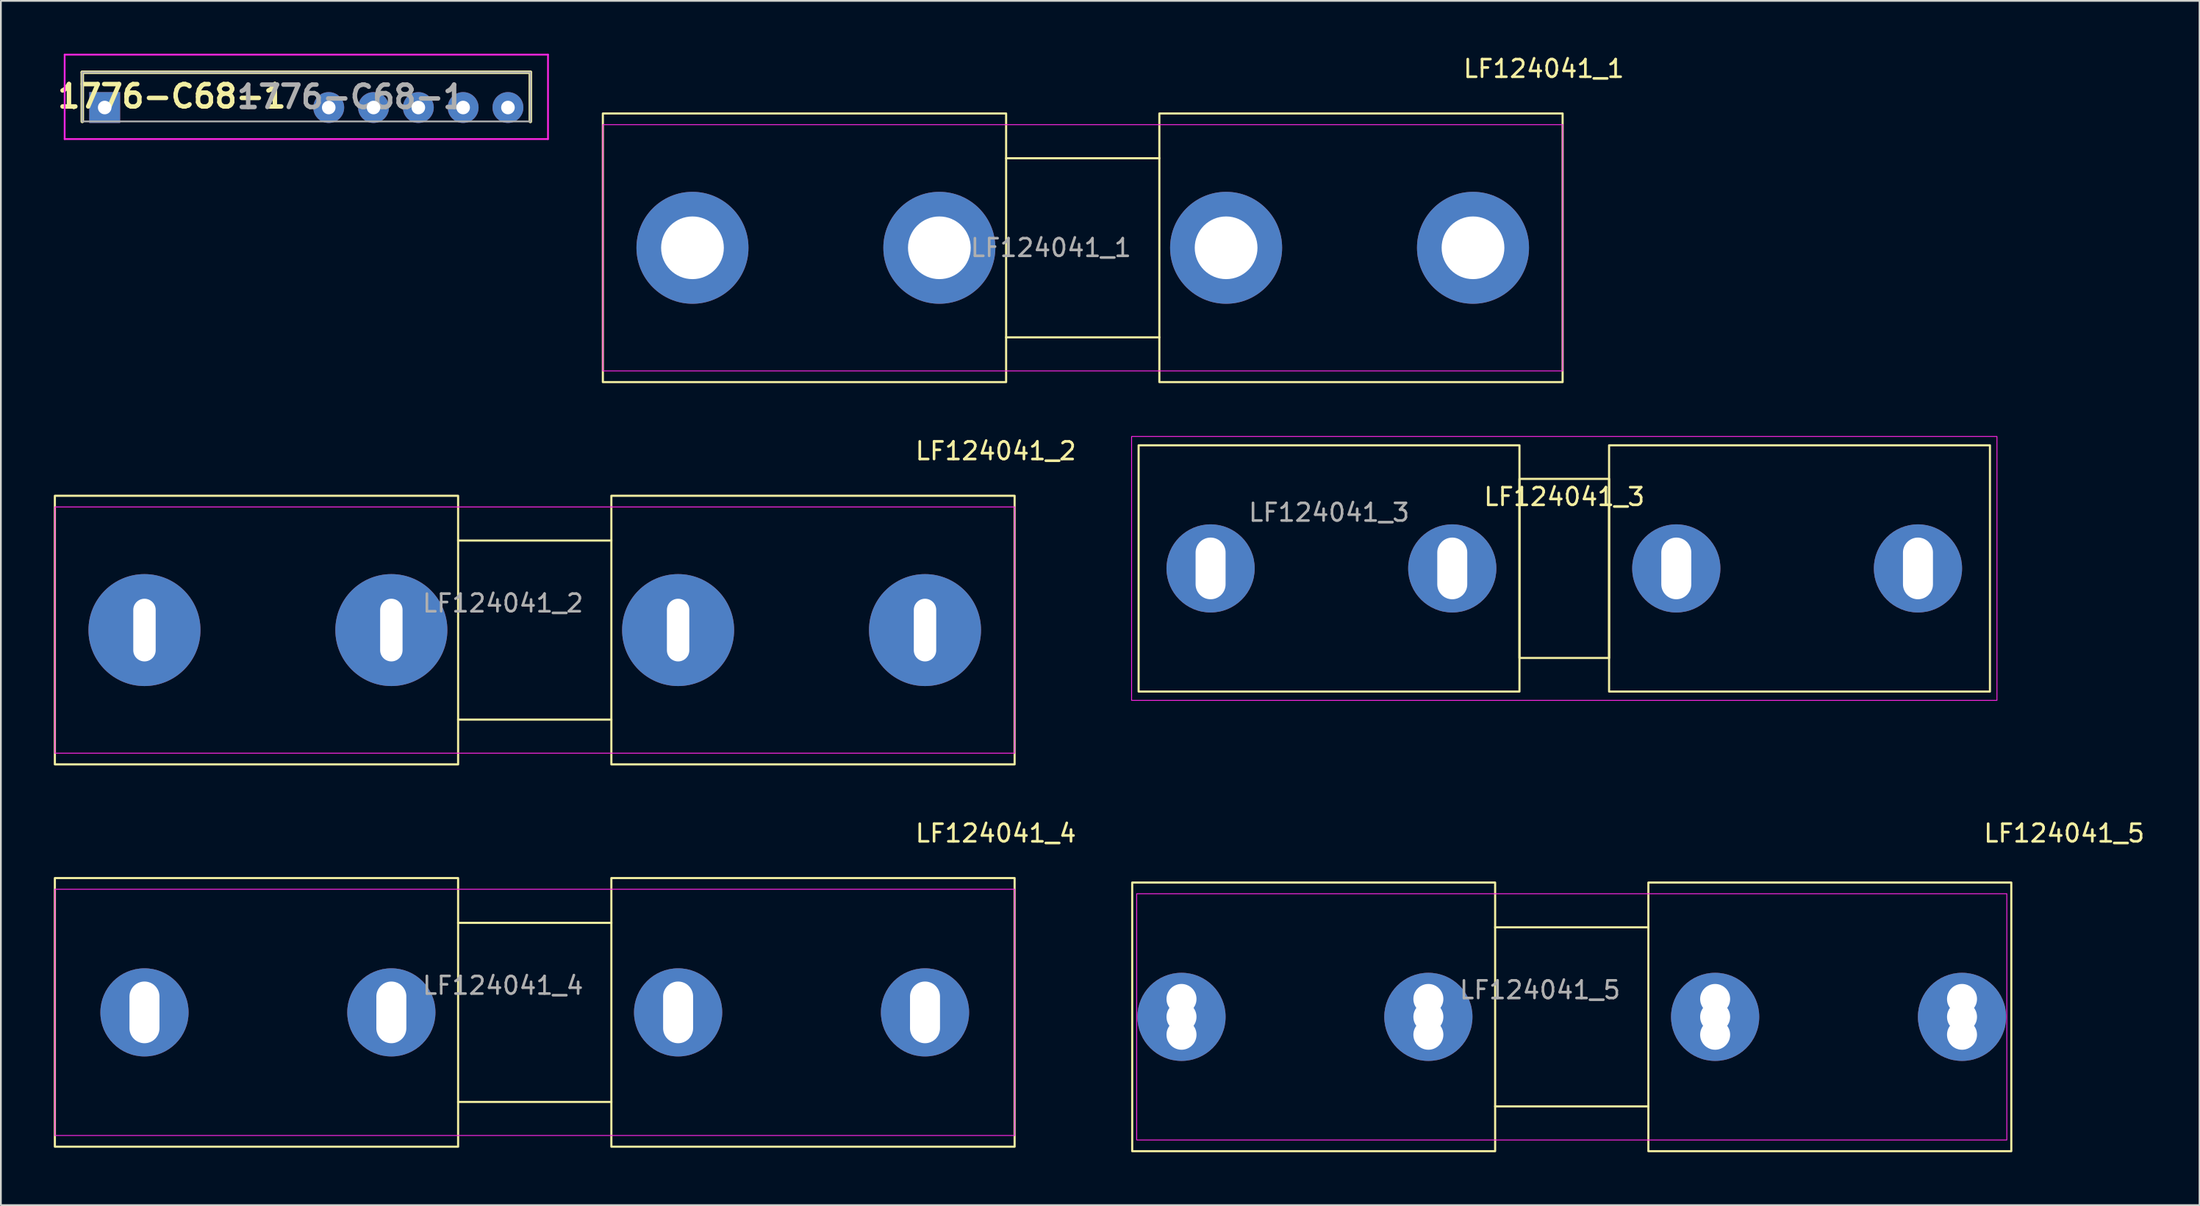
<source format=kicad_pcb>
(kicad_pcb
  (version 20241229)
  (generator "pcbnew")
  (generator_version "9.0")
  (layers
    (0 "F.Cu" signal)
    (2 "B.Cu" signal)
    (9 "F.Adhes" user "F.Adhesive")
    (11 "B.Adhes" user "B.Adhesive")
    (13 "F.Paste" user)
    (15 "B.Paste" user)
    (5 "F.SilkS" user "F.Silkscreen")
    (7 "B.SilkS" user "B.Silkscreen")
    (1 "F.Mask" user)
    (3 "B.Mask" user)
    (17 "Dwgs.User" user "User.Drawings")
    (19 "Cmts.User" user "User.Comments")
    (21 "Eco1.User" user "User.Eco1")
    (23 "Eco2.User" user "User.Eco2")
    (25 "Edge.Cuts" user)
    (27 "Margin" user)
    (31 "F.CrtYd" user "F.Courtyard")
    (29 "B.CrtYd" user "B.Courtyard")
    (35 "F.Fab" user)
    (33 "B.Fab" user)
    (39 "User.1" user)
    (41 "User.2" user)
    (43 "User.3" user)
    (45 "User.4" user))
  (footprint "LF124041_3"
    (layer "F.Cu")
    (at 85.626 29.198)
    (property "Reference" "LF124041_3" (at 0 -4.064 0) (unlocked yes) (layer "F.SilkS") (effects (font (size 1 1) (thickness 0.15))))
    (attr through_hole)
    (fp_rect (start -24.13 -6.985) (end -2.54 6.985) (stroke (width 0.12) (type default)) (fill no) (layer "F.SilkS"))
    (fp_rect (start -2.54 -5.08) (end 2.54 5.08) (stroke (width 0.12) (type default)) (fill no) (layer "F.SilkS"))
    (fp_rect (start 24.13 -6.985) (end 2.54 6.985) (stroke (width 0.12) (type default)) (fill no) (layer "F.SilkS"))
    (fp_rect (start -24.528 -7.485) (end 24.528 7.485) (stroke (width 0.05) (type solid)) (fill no) (layer "F.CrtYd"))
    (fp_text user "${REFERENCE}" (at -13.335 -3.175 0) (unlocked yes) (layer "F.Fab") (effects (font (size 1 1) (thickness 0.15))))
    (pad "1" thru_hole circle (at -20.05 0) (size 5 5) (drill oval 1.7 3.5) (layers "*.Cu" "*.Mask"))
    (pad "2" thru_hole circle (at -6.35 0) (size 5 5) (drill oval 1.7 3.5) (layers "*.Cu" "*.Mask"))
    (pad "3" thru_hole circle (at 6.35 0) (size 5 5) (drill oval 1.7 3.5) (layers "*.Cu" "*.Mask"))
    (pad "4" thru_hole circle (at 20.05 0) (size 5 5) (drill oval 1.7 3.5) (layers "*.Cu" "*.Mask")))
  (footprint "LF124041_4"
    (layer "F.Cu")
    (at 25.46 52.861)
    (property "Reference" "LF124041_4" (at 27.94 -8.636 0) (unlocked yes) (layer "F.SilkS") (effects (font (size 1 1) (thickness 0.15))))
    (attr through_hole)
    (fp_line (start -2.54 -3.556) (end 6.147 -3.556) (stroke (width 0.12) (type solid)) (layer "F.SilkS"))
    (fp_line (start -2.54 6.604) (end 6.147 6.604) (stroke (width 0.12) (type solid)) (layer "F.SilkS"))
    (fp_rect (start -25.4 -6.096) (end -2.54 9.144) (stroke (width 0.12) (type solid)) (fill no) (layer "F.SilkS"))
    (fp_rect (start 6.147 -6.096) (end 29.007 9.144) (stroke (width 0.12) (type solid)) (fill no) (layer "F.SilkS"))
    (fp_rect (start -25.4 -5.461) (end 29.007 8.509) (stroke (width 0.05) (type solid)) (fill no) (layer "F.CrtYd"))
    (fp_text user "${REFERENCE}" (at 0 0 0) (unlocked yes) (layer "F.Fab") (effects (font (size 1 1) (thickness 0.15))))
    (pad "1" thru_hole circle (at -20.32 1.524) (size 5 5) (drill oval 1.7 3.5) (layers "*.Cu" "*.Mask"))
    (pad "2" thru_hole circle (at -6.325 1.524) (size 5 5) (drill oval 1.7 3.5) (layers "*.Cu" "*.Mask"))
    (pad "3" thru_hole circle (at 9.931 1.524) (size 5 5) (drill oval 1.7 3.5) (layers "*.Cu" "*.Mask"))
    (pad "4" thru_hole circle (at 23.927 1.524) (size 5 5) (drill oval 1.7 3.5) (layers "*.Cu" "*.Mask")))
  (footprint "LF124041_1"
    (layer "F.Cu")
    (at 56.525 11.008)
    (property "Reference" "LF124041_1" (at 27.94 -10.16 0) (unlocked yes) (layer "F.SilkS") (effects (font (size 1 1) (thickness 0.15))))
    (attr through_hole)
    (fp_line (start -2.54 -5.08) (end 6.147 -5.08) (stroke (width 0.12) (type solid)) (layer "F.SilkS"))
    (fp_line (start -2.54 5.08) (end 6.147 5.08) (stroke (width 0.12) (type solid)) (layer "F.SilkS"))
    (fp_rect (start -25.4 -7.62) (end -2.54 7.62) (stroke (width 0.12) (type solid)) (fill no) (layer "F.SilkS"))
    (fp_rect (start 6.147 -7.62) (end 29.007 7.62) (stroke (width 0.12) (type solid)) (fill no) (layer "F.SilkS"))
    (fp_rect (start -25.4 -6.985) (end 29.007 6.985) (stroke (width 0.05) (type solid)) (fill no) (layer "F.CrtYd"))
    (fp_text user "${REFERENCE}" (at 0 0 0) (unlocked yes) (layer "F.Fab") (effects (font (size 1 1) (thickness 0.15))))
    (pad "1" thru_hole circle (at -20.32 0) (size 6.35 6.35) (drill 3.556) (layers "*.Cu" "*.Mask"))
    (pad "2" thru_hole circle (at -6.325 0) (size 6.35 6.35) (drill 3.556) (layers "*.Cu" "*.Mask"))
    (pad "3" thru_hole circle (at 9.931 0) (size 6.35 6.35) (drill 3.556) (layers "*.Cu" "*.Mask"))
    (pad "4" thru_hole circle (at 23.927 0) (size 6.35 6.35) (drill 3.556) (layers "*.Cu" "*.Mask")))
  (footprint "1776-C68-1"
    (layer "F.Cu")
    (at 2.885 3.05)
    (property "Reference" "1776-C68-1" (at 3.81 -0.635 0) (layer "F.SilkS") (effects (font (size 1.27 1.27) (thickness 0.254))))
    (attr through_hole)
    (fp_line (start -1.8 0) (end -1.8 0) (stroke (width 0.1) (type solid)) (layer "F.SilkS"))
    (fp_line (start -1.7 0) (end -1.7 0) (stroke (width 0.1) (type solid)) (layer "F.SilkS"))
    (fp_line (start -1.27 -2) (end 24.13 -2) (stroke (width 0.2) (type solid)) (layer "F.SilkS"))
    (fp_line (start -1.27 0.79) (end -1.27 -2) (stroke (width 0.2) (type solid)) (layer "F.SilkS"))
    (fp_line (start 24.13 -2) (end 24.13 0.79) (stroke (width 0.2) (type solid)) (layer "F.SilkS"))
    (fp_arc (start -1.8 0) (mid -1.75 -0.05) (end -1.7 0) (stroke (width 0.1) (type solid)) (layer "F.SilkS"))
    (fp_arc (start -1.7 0) (mid -1.75 0.05) (end -1.8 0) (stroke (width 0.1) (type solid)) (layer "F.SilkS"))
    (fp_line (start -2.27 -3) (end 25.13 -3) (stroke (width 0.1) (type solid)) (layer "F.CrtYd"))
    (fp_line (start -2.27 1.79) (end -2.27 -3) (stroke (width 0.1) (type solid)) (layer "F.CrtYd"))
    (fp_line (start 25.13 -3) (end 25.13 1.79) (stroke (width 0.1) (type solid)) (layer "F.CrtYd"))
    (fp_line (start 25.13 1.79) (end -2.27 1.79) (stroke (width 0.1) (type solid)) (layer "F.CrtYd"))
    (fp_line (start -1.27 -2) (end 24.13 -2) (stroke (width 0.1) (type solid)) (layer "F.Fab"))
    (fp_line (start -1.27 0.79) (end -1.27 -2) (stroke (width 0.1) (type solid)) (layer "F.Fab"))
    (fp_line (start 24.13 -2) (end 24.13 0.79) (stroke (width 0.1) (type solid)) (layer "F.Fab"))
    (fp_line (start 24.13 0.79) (end -1.27 0.79) (stroke (width 0.1) (type solid)) (layer "F.Fab"))
    (fp_text user "${REFERENCE}" (at 13.97 -0.605 0) (layer "F.Fab") (effects (font (size 1.27 1.27) (thickness 0.254))))
    (pad "1" thru_hole rect (at 0 0) (size 1.75 1.75) (drill 0.77) (layers "*.Cu" "*.Mask"))
    (pad "2" thru_hole circle (at 12.7 0) (size 1.75 1.75) (drill 0.77) (layers "*.Cu" "*.Mask"))
    (pad "3" thru_hole circle (at 15.24 0) (size 1.75 1.75) (drill 0.77) (layers "*.Cu" "*.Mask"))
    (pad "4" thru_hole circle (at 17.78 0) (size 1.75 1.75) (drill 0.77) (layers "*.Cu" "*.Mask"))
    (pad "5" thru_hole circle (at 20.32 0) (size 1.75 1.75) (drill 0.77) (layers "*.Cu" "*.Mask"))
    (pad "6" thru_hole circle (at 22.86 0) (size 1.75 1.75) (drill 0.77) (layers "*.Cu" "*.Mask")))
  (footprint "LF124041_2"
    (layer "F.Cu")
    (at 25.46 31.172)
    (property "Reference" "LF124041_2" (at 27.94 -8.636 0) (unlocked yes) (layer "F.SilkS") (effects (font (size 1 1) (thickness 0.15))))
    (attr through_hole)
    (fp_line (start -2.54 -3.556) (end 6.147 -3.556) (stroke (width 0.12) (type solid)) (layer "F.SilkS"))
    (fp_line (start -2.54 6.604) (end 6.147 6.604) (stroke (width 0.12) (type solid)) (layer "F.SilkS"))
    (fp_rect (start -25.4 -6.096) (end -2.54 9.144) (stroke (width 0.12) (type solid)) (fill no) (layer "F.SilkS"))
    (fp_rect (start 6.147 -6.096) (end 29.007 9.144) (stroke (width 0.12) (type solid)) (fill no) (layer "F.SilkS"))
    (fp_rect (start -25.4 -5.461) (end 29.007 8.509) (stroke (width 0.05) (type solid)) (fill no) (layer "F.CrtYd"))
    (fp_text user "${REFERENCE}" (at 0 0 0) (unlocked yes) (layer "F.Fab") (effects (font (size 1 1) (thickness 0.15))))
    (pad "1" thru_hole circle (at -20.32 1.524) (size 6.35 6.35) (drill oval 1.27 3.556) (layers "*.Cu" "*.Mask"))
    (pad "2" thru_hole circle (at -6.325 1.524) (size 6.35 6.35) (drill oval 1.27 3.556) (layers "*.Cu" "*.Mask"))
    (pad "3" thru_hole circle (at 9.931 1.524) (size 6.35 6.35) (drill oval 1.27 3.556) (layers "*.Cu" "*.Mask"))
    (pad "4" thru_hole circle (at 23.927 1.524) (size 6.35 6.35) (drill oval 1.27 3.556) (layers "*.Cu" "*.Mask")))
  (footprint "LF124041_5"
    (layer "F.Cu")
    (at 86.05 54.639)
    (property "Reference" "LF124041_5" (at 27.915 -10.414 0) (unlocked yes) (layer "F.SilkS") (effects (font (size 1 1) (thickness 0.15))))
    (attr through_hole)
    (fp_line (start -4.343 -5.08) (end 4.343 -5.08) (stroke (width 0.12) (type solid)) (layer "F.SilkS"))
    (fp_line (start -4.343 5.08) (end 4.343 5.08) (stroke (width 0.12) (type solid)) (layer "F.SilkS"))
    (fp_rect (start -24.917 -7.62) (end -4.343 7.62) (stroke (width 0.12) (type solid)) (fill no) (layer "F.SilkS"))
    (fp_rect (start 4.343 -7.62) (end 24.917 7.62) (stroke (width 0.12) (type solid)) (fill no) (layer "F.SilkS"))
    (fp_rect (start -24.663 -6.985) (end 24.663 6.985) (stroke (width 0.05) (type solid)) (fill no) (layer "F.CrtYd"))
    (fp_text user "${REFERENCE}" (at -1.803 -1.524 0) (unlocked yes) (layer "F.Fab") (effects (font (size 1 1) (thickness 0.15))))
    (pad "1" thru_hole circle (at -22.123 -1.016) (size 1.7 1.7) (drill 1.7) (layers "*.Cu" "*.Mask"))
    (pad "1" thru_hole circle (at -22.123 0) (size 5 5) (drill 1.7) (layers "*.Cu" "*.Mask"))
    (pad "1" thru_hole circle (at -22.123 1.016) (size 1.7 1.7) (drill 1.7) (layers "*.Cu" "*.Mask"))
    (pad "2" thru_hole circle (at -8.128 -1.016) (size 1.7 1.7) (drill 1.7) (layers "*.Cu" "*.Mask"))
    (pad "2" thru_hole circle (at -8.128 0) (size 5 5) (drill 1.7) (layers "*.Cu" "*.Mask"))
    (pad "2" thru_hole circle (at -8.128 1.016) (size 1.7 1.7) (drill 1.7) (layers "*.Cu" "*.Mask"))
    (pad "3" thru_hole circle (at 8.128 -1.016) (size 1.7 1.7) (drill 1.7) (layers "*.Cu" "*.Mask"))
    (pad "3" thru_hole circle (at 8.128 0) (size 5 5) (drill 1.7) (layers "*.Cu" "*.Mask"))
    (pad "3" thru_hole circle (at 8.128 1.016) (size 1.7 1.7) (drill 1.7) (layers "*.Cu" "*.Mask"))
    (pad "4" thru_hole circle (at 22.123 -1.016) (size 1.7 1.7) (drill 1.7) (layers "*.Cu" "*.Mask"))
    (pad "4" thru_hole circle (at 22.123 0) (size 5 5) (drill 1.7) (layers "*.Cu" "*.Mask"))
    (pad "4" thru_hole circle (at 22.123 1.016) (size 1.7 1.7) (drill 1.7) (layers "*.Cu" "*.Mask")))
  (gr_rect
    (start -3 -3)
    (end 121.637 65.319)
    (stroke (width 0.1) (type default))
    (fill no)
    (layer "Edge.Cuts")))
</source>
